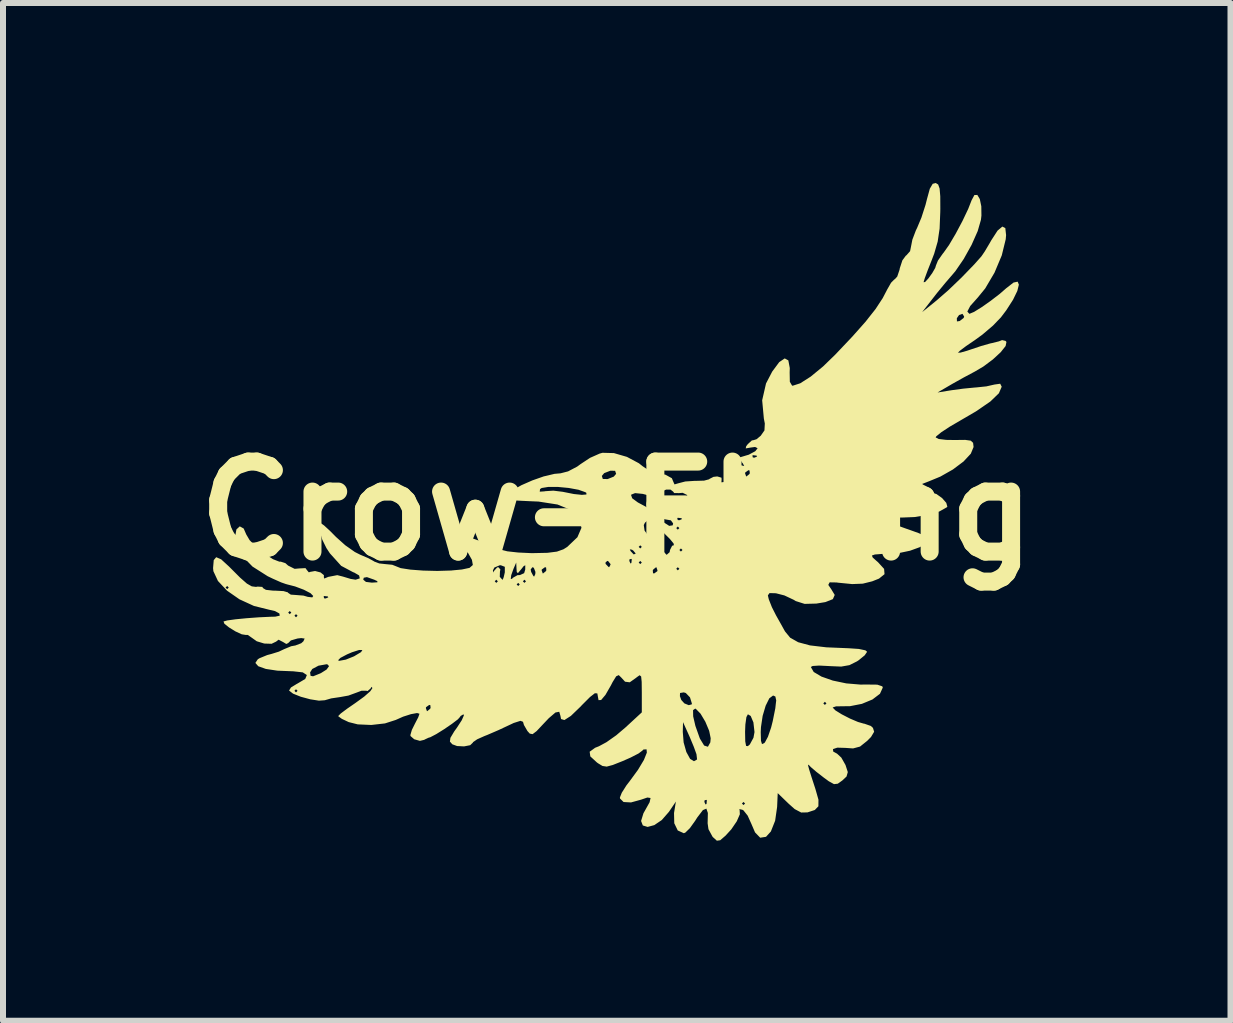
<source format=kicad_pcb>
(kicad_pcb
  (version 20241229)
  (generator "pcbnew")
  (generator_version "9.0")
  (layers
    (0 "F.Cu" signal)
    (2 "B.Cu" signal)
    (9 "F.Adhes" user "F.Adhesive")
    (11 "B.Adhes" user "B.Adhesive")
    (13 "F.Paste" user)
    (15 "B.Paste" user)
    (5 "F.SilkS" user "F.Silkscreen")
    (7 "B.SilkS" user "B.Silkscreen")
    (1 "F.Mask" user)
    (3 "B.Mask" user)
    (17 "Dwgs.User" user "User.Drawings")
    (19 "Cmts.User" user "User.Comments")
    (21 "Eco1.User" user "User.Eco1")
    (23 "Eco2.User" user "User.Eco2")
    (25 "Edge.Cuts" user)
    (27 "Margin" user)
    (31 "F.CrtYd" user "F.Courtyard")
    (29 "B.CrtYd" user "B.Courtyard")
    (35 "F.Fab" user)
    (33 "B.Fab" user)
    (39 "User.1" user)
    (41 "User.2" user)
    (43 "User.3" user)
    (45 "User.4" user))
  (footprint "Crow-Flying"
    (layer "F.Cu")
    (at 7.229 5.464)
    (property "Reference" "Crow-Flying" (at 0 0 0) (layer "F.SilkS") (effects (font (size 1.5 1.5) (thickness 0.3))))
    (attr board_only exclude_from_pos_files exclude_from_bom)
    (fp_poly (pts (xy 0.678 0.391) (xy 0.652 0.417) (xy 0.626 0.391) (xy 0.652 0.365)) (stroke (width 0) (type solid)) (fill yes) (layer "F.SilkS"))
    (fp_poly (pts (xy 5.356 -5.439) (xy 5.38 -5.372) (xy 5.391 -5.243) (xy 5.392 -5.033) (xy 5.391 -4.979) (xy 5.38 -4.704) (xy 5.348 -4.488) (xy 5.29 -4.287) (xy 5.248 -4.177) (xy 5.18 -4.005) (xy 5.132 -3.875) (xy 5.113 -3.812) (xy 5.113 -3.811) (xy 5.138 -3.814) (xy 5.194 -3.875) (xy 5.258 -3.964) (xy 5.307 -4.049) (xy 5.32 -4.092) (xy 5.352 -4.171) (xy 5.43 -4.283) (xy 5.448 -4.305) (xy 5.537 -4.431) (xy 5.648 -4.619) (xy 5.761 -4.831) (xy 5.857 -5.033) (xy 5.913 -5.176) (xy 5.96 -5.264) (xy 6.009 -5.265) (xy 6.05 -5.196) (xy 6.075 -5.076) (xy 6.077 -4.921) (xy 6.069 -4.851) (xy 6.015 -4.663) (xy 5.913 -4.433) (xy 5.782 -4.198) (xy 5.643 -3.995) (xy 5.593 -3.936) (xy 5.476 -3.8) (xy 5.337 -3.631) (xy 5.27 -3.545) (xy 5.089 -3.312) (xy 5.331 -3.508) (xy 5.525 -3.677) (xy 5.746 -3.889) (xy 5.955 -4.105) (xy 6.076 -4.241) (xy 6.132 -4.323) (xy 6.211 -4.456) (xy 6.243 -4.512) (xy 6.346 -4.671) (xy 6.426 -4.738) (xy 6.475 -4.713) (xy 6.488 -4.595) (xy 6.482 -4.527) (xy 6.416 -4.258) (xy 6.295 -3.97) (xy 6.14 -3.707) (xy 6.015 -3.554) (xy 5.89 -3.414) (xy 5.842 -3.322) (xy 5.874 -3.286) (xy 5.882 -3.286) (xy 5.954 -3.316) (xy 6.08 -3.394) (xy 6.232 -3.501) (xy 6.384 -3.618) (xy 6.492 -3.712) (xy 6.612 -3.805) (xy 6.681 -3.82) (xy 6.701 -3.77) (xy 6.675 -3.665) (xy 6.604 -3.519) (xy 6.491 -3.343) (xy 6.401 -3.224) (xy 6.27 -3.088) (xy 6.094 -2.938) (xy 5.966 -2.845) (xy 5.822 -2.747) (xy 5.721 -2.671) (xy 5.685 -2.636) (xy 5.729 -2.638) (xy 5.839 -2.669) (xy 5.907 -2.692) (xy 6.074 -2.748) (xy 6.222 -2.79) (xy 6.255 -2.797) (xy 6.368 -2.825) (xy 6.421 -2.846) (xy 6.479 -2.833) (xy 6.494 -2.815) (xy 6.48 -2.747) (xy 6.398 -2.644) (xy 6.268 -2.524) (xy 6.11 -2.406) (xy 5.966 -2.321) (xy 5.784 -2.224) (xy 5.591 -2.116) (xy 5.555 -2.095) (xy 5.346 -1.973) (xy 5.581 -2.011) (xy 5.774 -2.037) (xy 5.96 -2.055) (xy 5.998 -2.058) (xy 6.16 -2.075) (xy 6.297 -2.106) (xy 6.298 -2.106) (xy 6.39 -2.119) (xy 6.415 -2.069) (xy 6.368 -1.96) (xy 6.226 -1.823) (xy 5.986 -1.658) (xy 5.734 -1.511) (xy 5.549 -1.403) (xy 5.406 -1.309) (xy 5.325 -1.243) (xy 5.314 -1.224) (xy 5.365 -1.198) (xy 5.491 -1.183) (xy 5.633 -1.181) (xy 5.807 -1.183) (xy 5.9 -1.17) (xy 5.938 -1.134) (xy 5.946 -1.066) (xy 5.946 -1.064) (xy 5.9 -0.953) (xy 5.779 -0.823) (xy 5.602 -0.69) (xy 5.392 -0.571) (xy 5.203 -0.493) (xy 5.054 -0.435) (xy 4.951 -0.382) (xy 4.926 -0.361) (xy 4.95 -0.328) (xy 5.048 -0.307) (xy 5.189 -0.302) (xy 5.242 -0.305) (xy 5.327 -0.281) (xy 5.421 -0.214) (xy 5.491 -0.134) (xy 5.509 -0.07) (xy 5.502 -0.061) (xy 5.378 0.009) (xy 5.185 0.066) (xy 4.961 0.103) (xy 4.761 0.111) (xy 4.608 0.113) (xy 4.508 0.129) (xy 4.485 0.145) (xy 4.531 0.181) (xy 4.652 0.235) (xy 4.824 0.297) (xy 4.851 0.306) (xy 5.027 0.369) (xy 5.157 0.426) (xy 5.215 0.467) (xy 5.216 0.471) (xy 5.169 0.536) (xy 5.05 0.605) (xy 4.887 0.664) (xy 4.712 0.701) (xy 4.642 0.707) (xy 4.427 0.717) (xy 4.301 0.727) (xy 4.252 0.744) (xy 4.265 0.777) (xy 4.325 0.831) (xy 4.353 0.855) (xy 4.455 0.967) (xy 4.462 1.055) (xy 4.37 1.129) (xy 4.257 1.174) (xy 4.1 1.213) (xy 3.923 1.22) (xy 3.689 1.197) (xy 3.662 1.193) (xy 3.547 1.191) (xy 3.525 1.234) (xy 3.574 1.305) (xy 3.632 1.401) (xy 3.601 1.471) (xy 3.477 1.52) (xy 3.326 1.545) (xy 3.13 1.55) (xy 2.982 1.503) (xy 2.948 1.482) (xy 2.793 1.409) (xy 2.652 1.373) (xy 2.546 1.37) (xy 2.518 1.408) (xy 2.533 1.473) (xy 2.585 1.605) (xy 2.654 1.741) (xy 2.736 1.887) (xy 2.803 2.008) (xy 2.889 2.113) (xy 3.023 2.189) (xy 3.22 2.242) (xy 3.493 2.274) (xy 3.854 2.289) (xy 3.873 2.29) (xy 4.034 2.301) (xy 4.143 2.324) (xy 4.172 2.348) (xy 4.132 2.407) (xy 4.033 2.488) (xy 4.003 2.508) (xy 3.877 2.571) (xy 3.74 2.595) (xy 3.549 2.587) (xy 3.534 2.586) (xy 3.373 2.578) (xy 3.264 2.585) (xy 3.234 2.602) (xy 3.282 2.685) (xy 3.412 2.762) (xy 3.6 2.828) (xy 3.824 2.875) (xy 4.061 2.895) (xy 4.163 2.894) (xy 4.341 2.896) (xy 4.425 2.924) (xy 4.433 2.945) (xy 4.386 3.048) (xy 4.261 3.143) (xy 4.085 3.216) (xy 3.886 3.255) (xy 3.768 3.256) (xy 3.653 3.258) (xy 3.599 3.276) (xy 3.599 3.279) (xy 3.642 3.324) (xy 3.748 3.39) (xy 3.886 3.461) (xy 4.02 3.518) (xy 4.117 3.546) (xy 4.127 3.547) (xy 4.233 3.584) (xy 4.269 3.616) (xy 4.289 3.681) (xy 4.237 3.768) (xy 4.174 3.832) (xy 4.054 3.928) (xy 3.938 3.959) (xy 3.81 3.95) (xy 3.675 3.946) (xy 3.603 3.97) (xy 3.607 4.011) (xy 3.672 4.047) (xy 3.742 4.112) (xy 3.809 4.23) (xy 3.812 4.236) (xy 3.85 4.353) (xy 3.829 4.427) (xy 3.76 4.492) (xy 3.683 4.547) (xy 3.62 4.554) (xy 3.533 4.506) (xy 3.451 4.446) (xy 3.325 4.348) (xy 3.234 4.27) (xy 3.216 4.251) (xy 3.193 4.228) (xy 3.188 4.242) (xy 3.205 4.307) (xy 3.247 4.441) (xy 3.31 4.634) (xy 3.361 4.813) (xy 3.36 4.923) (xy 3.3 4.985) (xy 3.178 5.025) (xy 3.073 5.027) (xy 2.965 4.97) (xy 2.864 4.88) (xy 2.682 4.704) (xy 2.672 4.935) (xy 2.639 5.164) (xy 2.568 5.343) (xy 2.487 5.432) (xy 2.39 5.447) (xy 2.304 5.358) (xy 2.243 5.216) (xy 2.181 5.079) (xy 2.111 4.991) (xy 2.093 4.981) (xy 2.041 4.97) (xy 2.047 4.985) (xy 2.051 5.056) (xy 2 5.173) (xy 1.909 5.307) (xy 1.813 5.412) (xy 1.724 5.489) (xy 1.668 5.497) (xy 1.605 5.44) (xy 1.595 5.429) (xy 1.528 5.305) (xy 1.514 5.207) (xy 1.518 5.035) (xy 1.493 4.962) (xy 1.435 4.987) (xy 1.341 5.11) (xy 1.306 5.165) (xy 1.218 5.288) (xy 1.142 5.362) (xy 1.117 5.372) (xy 1.016 5.326) (xy 0.958 5.206) (xy 0.954 5.037) (xy 0.955 5.029) (xy 0.984 4.851) (xy 1.46 4.851) (xy 1.479 4.893) (xy 1.495 4.885) (xy 1.496 4.877) (xy 2.086 4.877) (xy 2.112 4.903) (xy 2.138 4.877) (xy 2.112 4.851) (xy 2.086 4.877) (xy 1.496 4.877) (xy 1.501 4.823) (xy 1.495 4.816) (xy 1.464 4.823) (xy 1.46 4.851) (xy 0.984 4.851) (xy 0.986 4.843) (xy 0.869 5.016) (xy 0.749 5.153) (xy 0.625 5.237) (xy 0.514 5.267) (xy 0.434 5.243) (xy 0.405 5.168) (xy 0.444 5.04) (xy 0.466 5.001) (xy 0.547 4.856) (xy 0.563 4.785) (xy 0.51 4.777) (xy 0.404 4.813) (xy 0.237 4.859) (xy 0.113 4.852) (xy 0.054 4.794) (xy 0.052 4.776) (xy 0.083 4.698) (xy 0.16 4.576) (xy 0.214 4.506) (xy 0.353 4.316) (xy 0.452 4.151) (xy 0.501 4.029) (xy 0.496 3.974) (xy 0.444 3.977) (xy 0.427 3.995) (xy 0.363 4.043) (xy 0.231 4.111) (xy 0.097 4.17) (xy -0.067 4.235) (xy -0.168 4.262) (xy -0.239 4.251) (xy -0.313 4.206) (xy -0.331 4.193) (xy -0.441 4.092) (xy -0.452 4.014) (xy -0.361 3.948) (xy -0.298 3.923) (xy -0.172 3.855) (xy -0.009 3.74) (xy 0.059 3.682) (xy 1.1 3.682) (xy 1.114 3.858) (xy 1.159 4.018) (xy 1.222 4.133) (xy 1.286 4.172) (xy 1.338 4.143) (xy 1.328 4.055) (xy 1.284 3.933) (xy 1.218 3.774) (xy 1.198 3.729) (xy 1.104 3.521) (xy 1.1 3.682) (xy 0.059 3.682) (xy 0.145 3.609) (xy 0.417 3.358) (xy 0.417 3.321) (xy 1.271 3.321) (xy 1.273 3.424) (xy 1.31 3.583) (xy 1.38 3.781) (xy 1.387 3.798) (xy 1.456 3.911) (xy 1.519 3.931) (xy 1.559 3.858) (xy 1.565 3.79) (xy 1.543 3.681) (xy 2.138 3.681) (xy 2.141 3.842) (xy 2.155 3.917) (xy 2.184 3.921) (xy 2.217 3.893) (xy 2.278 3.781) (xy 2.295 3.687) (xy 2.399 3.687) (xy 2.403 3.831) (xy 2.42 3.887) (xy 2.456 3.871) (xy 2.469 3.858) (xy 2.519 3.765) (xy 2.572 3.611) (xy 2.599 3.504) (xy 2.642 3.29) (xy 2.651 3.208) (xy 3.442 3.208) (xy 3.468 3.234) (xy 3.494 3.208) (xy 3.468 3.182) (xy 3.442 3.208) (xy 2.651 3.208) (xy 2.657 3.159) (xy 2.643 3.094) (xy 2.605 3.077) (xy 2.542 3.124) (xy 2.481 3.247) (xy 2.431 3.416) (xy 2.403 3.603) (xy 2.399 3.687) (xy 2.295 3.687) (xy 2.295 3.685) (xy 2.277 3.525) (xy 2.232 3.418) (xy 2.185 3.39) (xy 2.16 3.437) (xy 2.143 3.559) (xy 2.138 3.681) (xy 1.543 3.681) (xy 1.539 3.664) (xy 1.476 3.514) (xy 1.396 3.38) (xy 1.319 3.301) (xy 1.307 3.295) (xy 1.271 3.321) (xy 0.417 3.321) (xy 0.417 3.088) (xy 1.052 3.088) (xy 1.075 3.151) (xy 1.126 3.208) (xy 1.199 3.238) (xy 1.249 3.225) (xy 1.252 3.212) (xy 1.22 3.108) (xy 1.15 3.035) (xy 1.116 3.025) (xy 1.054 3.035) (xy 1.052 3.088) (xy 0.417 3.088) (xy 0.417 3.027) (xy 0.415 2.85) (xy 0.406 2.76) (xy 0.381 2.739) (xy 0.335 2.771) (xy 0.322 2.782) (xy 0.216 2.857) (xy 0.138 2.847) (xy 0.077 2.78) (xy 0.033 2.737) (xy -0.01 2.757) (xy -0.07 2.854) (xy -0.097 2.907) (xy -0.189 3.067) (xy -0.261 3.152) (xy -0.304 3.154) (xy -0.313 3.106) (xy -0.324 3.042) (xy -0.365 3.039) (xy -0.447 3.103) (xy -0.583 3.239) (xy -0.602 3.26) (xy -0.765 3.417) (xy -0.873 3.486) (xy -0.929 3.469) (xy -0.939 3.416) (xy -0.959 3.348) (xy -1.022 3.36) (xy -1.134 3.456) (xy -1.224 3.551) (xy -1.336 3.67) (xy -1.403 3.721) (xy -1.45 3.712) (xy -1.489 3.669) (xy -1.547 3.569) (xy -1.563 3.515) (xy -1.605 3.499) (xy -1.718 3.535) (xy -1.786 3.567) (xy -1.972 3.654) (xy -2.16 3.735) (xy -2.204 3.752) (xy -2.327 3.807) (xy -2.395 3.854) (xy -2.399 3.863) (xy -2.443 3.905) (xy -2.545 3.925) (xy -2.662 3.919) (xy -2.741 3.89) (xy -2.781 3.845) (xy -2.773 3.783) (xy -2.71 3.677) (xy -2.662 3.61) (xy -2.583 3.488) (xy -2.548 3.408) (xy -2.555 3.39) (xy -2.606 3.42) (xy -2.608 3.429) (xy -2.648 3.474) (xy -2.748 3.55) (xy -2.878 3.639) (xy -3.008 3.72) (xy -3.107 3.772) (xy -3.138 3.781) (xy -3.204 3.812) (xy -3.206 3.815) (xy -3.281 3.833) (xy -3.376 3.806) (xy -3.437 3.753) (xy -3.44 3.736) (xy -3.415 3.65) (xy -3.364 3.547) (xy -3.309 3.441) (xy -3.288 3.381) (xy -3.328 3.369) (xy -3.431 3.388) (xy -3.562 3.43) (xy -3.683 3.484) (xy -3.863 3.542) (xy -4.091 3.568) (xy -4.317 3.558) (xy -4.468 3.52) (xy -4.582 3.466) (xy -4.64 3.424) (xy -4.642 3.419) (xy -4.602 3.378) (xy -4.497 3.299) (xy -4.478 3.286) (xy -3.182 3.286) (xy -3.164 3.337) (xy -3.159 3.338) (xy -3.114 3.301) (xy -3.103 3.286) (xy -3.107 3.238) (xy -3.126 3.234) (xy -3.179 3.272) (xy -3.182 3.286) (xy -4.478 3.286) (xy -4.355 3.201) (xy -4.209 3.095) (xy -4.108 3.006) (xy -4.072 2.952) (xy -4.089 2.933) (xy -4.103 2.96) (xy -4.154 3.003) (xy -4.176 2.997) (xy -4.253 2.997) (xy -4.335 3.028) (xy -4.472 3.078) (xy -4.61 3.103) (xy -4.759 3.125) (xy -4.866 3.156) (xy -4.964 3.163) (xy -5.109 3.14) (xy -5.265 3.098) (xy -5.395 3.046) (xy -5.456 2.999) (xy -5.372 2.999) (xy -5.346 3.025) (xy -5.32 2.999) (xy -5.346 2.973) (xy -5.372 2.999) (xy -5.456 2.999) (xy -5.46 2.996) (xy -5.461 2.993) (xy -5.43 2.943) (xy -5.332 2.883) (xy -5.32 2.877) (xy -5.192 2.801) (xy -5.165 2.736) (xy -5.232 2.692) (xy -5.111 2.692) (xy -5.103 2.749) (xy -5.061 2.757) (xy -4.957 2.715) (xy -4.931 2.704) (xy -4.836 2.644) (xy -4.795 2.587) (xy -4.824 2.557) (xy -4.837 2.556) (xy -4.971 2.58) (xy -5.075 2.635) (xy -5.111 2.692) (xy -5.232 2.692) (xy -5.235 2.691) (xy -5.398 2.673) (xy -5.411 2.673) (xy -5.657 2.663) (xy -5.849 2.634) (xy -5.975 2.589) (xy -6.023 2.534) (xy -5.994 2.49) (xy -4.645 2.49) (xy -4.626 2.499) (xy -4.516 2.479) (xy -4.379 2.424) (xy -4.374 2.421) (xy -4.262 2.354) (xy -4.24 2.319) (xy -4.293 2.318) (xy -4.412 2.356) (xy -4.494 2.391) (xy -4.606 2.45) (xy -4.645 2.49) (xy -5.994 2.49) (xy -5.982 2.473) (xy -5.955 2.456) (xy -5.826 2.403) (xy -5.754 2.384) (xy -5.632 2.346) (xy -5.545 2.305) (xy -5.427 2.256) (xy -5.356 2.243) (xy -5.259 2.206) (xy -5.223 2.174) (xy -5.202 2.128) (xy -5.259 2.12) (xy -5.321 2.127) (xy -5.431 2.159) (xy -5.476 2.203) (xy -5.476 2.203) (xy -5.508 2.218) (xy -5.559 2.187) (xy -5.636 2.147) (xy -5.678 2.179) (xy -5.753 2.215) (xy -5.875 2.211) (xy -6 2.173) (xy -6.076 2.119) (xy -6.149 2.068) (xy -6.18 2.068) (xy -6.25 2.057) (xy -6.356 2.008) (xy -6.463 1.942) (xy -6.54 1.88) (xy -6.554 1.843) (xy -6.492 1.826) (xy -6.354 1.807) (xy -6.17 1.789) (xy -5.968 1.774) (xy -5.777 1.765) (xy -5.693 1.763) (xy -5.619 1.747) (xy -5.372 1.747) (xy -5.346 1.773) (xy -5.32 1.747) (xy -5.346 1.721) (xy -5.372 1.747) (xy -5.619 1.747) (xy -5.617 1.747) (xy -5.623 1.71) (xy -5.65 1.695) (xy -5.476 1.695) (xy -5.45 1.721) (xy -5.424 1.695) (xy -5.45 1.669) (xy -5.476 1.695) (xy -5.65 1.695) (xy -5.696 1.67) (xy -5.795 1.647) (xy -6.048 1.584) (xy -6.288 1.474) (xy -6.495 1.33) (xy -6.544 1.278) (xy -6.52 1.278) (xy -6.493 1.304) (xy -6.467 1.278) (xy -6.493 1.252) (xy -6.52 1.278) (xy -6.544 1.278) (xy -6.647 1.168) (xy -6.723 1.005) (xy -6.728 0.954) (xy -6.717 0.821) (xy -6.676 0.772) (xy -6.594 0.807) (xy -6.463 0.927) (xy -6.439 0.951) (xy -6.277 1.113) (xy -6.164 1.212) (xy -6.083 1.258) (xy -6.013 1.267) (xy -5.985 1.262) (xy -5.908 1.267) (xy -5.894 1.288) (xy -5.847 1.316) (xy -5.732 1.329) (xy -5.685 1.33) (xy -5.554 1.337) (xy -5.482 1.358) (xy -5.476 1.367) (xy -5.432 1.396) (xy -5.359 1.401) (xy -5.221 1.412) (xy -5.15 1.433) (xy -5.075 1.442) (xy -5.064 1.426) (xy -4.885 1.426) (xy -4.878 1.457) (xy -4.851 1.46) (xy -4.808 1.441) (xy -4.816 1.426) (xy -4.878 1.419) (xy -4.885 1.426) (xy -5.064 1.426) (xy -5.059 1.418) (xy -5.104 1.372) (xy -5.216 1.314) (xy -5.362 1.259) (xy -5.491 1.226) (xy -1.669 1.226) (xy -1.643 1.252) (xy -1.617 1.226) (xy -1.643 1.2) (xy -1.669 1.226) (xy -5.491 1.226) (xy -5.508 1.221) (xy -5.513 1.22) (xy -5.593 1.192) (xy -5.728 1.132) (xy -5.818 1.089) (xy -6.071 0.928) (xy -6.253 0.741) (xy -6.35 0.542) (xy -6.363 0.442) (xy -6.339 0.309) (xy -6.283 0.258) (xy -6.218 0.294) (xy -6.175 0.393) (xy -6.119 0.488) (xy -6.006 0.603) (xy -5.866 0.717) (xy -5.728 0.806) (xy -5.622 0.847) (xy -5.601 0.846) (xy -5.523 0.871) (xy -5.477 0.912) (xy -5.369 0.966) (xy -5.288 0.959) (xy -5.188 0.954) (xy -5.163 0.988) (xy -5.132 1.025) (xy -5.111 1.017) (xy -5.028 1.002) (xy -4.937 1.026) (xy -4.881 1.071) (xy -4.882 1.104) (xy -4.875 1.128) (xy -4.808 1.1) (xy -4.658 1.071) (xy -4.564 1.095) (xy -4.435 1.134) (xy -4.352 1.147) (xy -4.225 1.147) (xy -4.18 1.184) (xy -4.081 1.196) (xy -3.988 1.19) (xy -3.991 1.174) (xy -2.034 1.174) (xy -2.008 1.2) (xy -1.982 1.174) (xy -1.565 1.174) (xy -1.539 1.2) (xy -1.513 1.174) (xy -1.539 1.147) (xy -1.565 1.174) (xy -1.982 1.174) (xy -2.008 1.147) (xy -2.034 1.174) (xy -3.991 1.174) (xy -3.992 1.171) (xy -4.042 1.147) (xy -4.164 1.104) (xy -4.217 1.114) (xy -4.225 1.147) (xy -4.352 1.147) (xy -4.283 1.125) (xy -4.294 1.076) (xy -4.376 1.028) (xy -4.394 1.022) (xy -4.593 0.916) (xy -4.781 0.708) (xy -4.839 0.62) (xy -4.908 0.48) (xy -4.949 0.345) (xy -4.956 0.244) (xy -4.926 0.209) (xy -4.878 0.243) (xy -4.78 0.333) (xy -4.679 0.435) (xy -4.525 0.573) (xy -4.366 0.685) (xy -4.277 0.73) (xy -4.143 0.787) (xy -4.052 0.837) (xy -4.045 0.843) (xy -3.959 0.876) (xy -3.858 0.887) (xy -3.743 0.898) (xy -3.687 0.92) (xy -3.602 0.954) (xy -3.44 0.979) (xy -3.228 0.995) (xy -2.992 1.001) (xy -2.759 0.994) (xy -2.732 0.991) (xy -2.064 0.991) (xy -2.06 1.028) (xy -2.048 1.004) (xy -1.994 0.943) (xy -1.973 0.939) (xy -1.94 0.976) (xy -1.947 1.012) (xy -1.95 1.099) (xy -1.907 1.147) (xy -1.901 1.147) (xy -1.896 1.135) (xy -1.767 1.135) (xy -1.745 1.132) (xy -1.733 1.116) (xy -1.654 1.071) (xy -1.614 1.07) (xy -1.544 1.038) (xy -1.526 0.979) (xy -1.526 0.977) (xy -1.435 0.977) (xy -1.427 1.017) (xy -1.39 1.086) (xy -1.377 1.095) (xy -1.358 1.053) (xy -1.356 1.017) (xy -1.366 0.991) (xy -1.252 0.991) (xy -1.234 1.042) (xy -1.229 1.043) (xy -1.184 1.007) (xy -1.174 0.991) (xy 0.6 0.991) (xy 0.604 1.039) (xy 0.623 1.043) (xy 0.676 1.005) (xy 0.678 0.991) (xy 0.669 0.965) (xy 0.991 0.965) (xy 1.017 0.991) (xy 1.043 0.965) (xy 1.017 0.939) (xy 0.991 0.965) (xy 0.669 0.965) (xy 0.66 0.94) (xy 0.655 0.939) (xy 0.61 0.975) (xy 0.6 0.991) (xy -1.174 0.991) (xy -1.178 0.943) (xy -1.197 0.939) (xy -1.25 0.977) (xy -1.252 0.991) (xy -1.366 0.991) (xy -1.383 0.948) (xy -1.407 0.939) (xy -1.435 0.977) (xy -1.526 0.977) (xy -1.525 0.906) (xy -1.553 0.922) (xy -1.592 0.972) (xy -1.648 1.038) (xy -1.667 1.019) (xy -1.671 0.965) (xy -1.676 0.866) (xy -0.191 0.866) (xy -0.183 0.887) (xy -0.136 0.936) (xy -0.127 0.939) (xy -0.105 0.898) (xy -0.104 0.887) (xy -0.144 0.837) (xy -0.16 0.834) (xy 0.209 0.834) (xy 0.228 0.877) (xy 0.243 0.869) (xy 0.244 0.861) (xy 0.365 0.861) (xy 0.391 0.887) (xy 0.417 0.861) (xy 0.391 0.834) (xy 0.365 0.861) (xy 0.244 0.861) (xy 0.25 0.807) (xy 0.243 0.8) (xy 0.212 0.807) (xy 0.209 0.834) (xy -0.16 0.834) (xy -0.191 0.866) (xy -1.676 0.866) (xy -1.676 0.861) (xy -1.721 0.965) (xy -1.759 1.071) (xy -1.767 1.135) (xy -1.896 1.135) (xy -1.884 1.103) (xy -1.866 1.025) (xy -1.866 0.932) (xy -1.931 0.907) (xy -1.951 0.907) (xy -2.04 0.944) (xy -2.064 0.991) (xy -2.732 0.991) (xy -2.582 0.977) (xy -2.454 0.95) (xy -2.399 0.902) (xy -2.414 0.816) (xy -2.496 0.671) (xy -2.53 0.619) (xy -2.6 0.498) (xy -2.63 0.417) (xy -2.628 0.403) (xy -2.569 0.407) (xy -2.44 0.445) (xy -2.265 0.508) (xy -2.069 0.587) (xy -1.935 0.646) (xy -1.824 0.674) (xy -1.644 0.694) (xy -1.43 0.704) (xy -1.387 0.704) (xy -1.155 0.699) (xy -0.998 0.679) (xy -0.891 0.641) (xy 0.217 0.641) (xy 0.23 0.67) (xy 0.282 0.726) (xy 0.312 0.714) (xy 0.313 0.707) (xy 0.31 0.704) (xy 0.626 0.704) (xy 0.652 0.73) (xy 0.678 0.704) (xy 0.652 0.678) (xy 0.626 0.704) (xy 0.31 0.704) (xy 0.276 0.663) (xy 0.253 0.647) (xy 0.217 0.641) (xy -0.891 0.641) (xy -0.887 0.639) (xy -0.825 0.6) (xy 0.365 0.6) (xy 0.391 0.626) (xy 0.417 0.6) (xy 0.522 0.6) (xy 0.548 0.626) (xy 0.574 0.6) (xy 0.548 0.574) (xy 0.522 0.6) (xy 0.417 0.6) (xy 0.391 0.574) (xy 0.365 0.6) (xy -0.825 0.6) (xy -0.656 0.439) (xy -0.589 0.283) (xy -0.599 0.236) (xy 0.45 0.236) (xy 0.463 0.328) (xy 0.536 0.43) (xy 0.638 0.505) (xy 0.704 0.522) (xy 0.77 0.542) (xy 0.776 0.561) (xy 0.78 0.677) (xy 0.827 0.73) (xy 0.834 0.73) (xy 0.881 0.688) (xy 0.887 0.652) (xy 1.043 0.652) (xy 1.069 0.678) (xy 1.095 0.652) (xy 1.069 0.626) (xy 1.043 0.652) (xy 0.887 0.652) (xy 0.922 0.582) (xy 0.952 0.572) (xy 0.946 0.542) (xy 0.884 0.467) (xy 0.786 0.37) (xy 0.695 0.287) (xy 0.991 0.287) (xy 1.017 0.313) (xy 1.043 0.287) (xy 1.017 0.261) (xy 0.991 0.287) (xy 0.695 0.287) (xy 0.677 0.271) (xy 0.58 0.193) (xy 0.517 0.158) (xy 0.514 0.158) (xy 0.469 0.198) (xy 0.45 0.236) (xy -0.599 0.236) (xy -0.623 0.128) (xy -0.628 0.118) (xy -0.639 0.107) (xy 0.688 0.107) (xy 0.71 0.135) (xy 0.756 0.174) (xy 0.874 0.25) (xy 0.932 0.241) (xy 0.939 0.209) (xy 0.902 0.158) (xy 0.891 0.156) (xy 0.805 0.141) (xy 0.747 0.123) (xy 0.741 0.122) (xy 1.008 0.122) (xy 1.016 0.153) (xy 1.043 0.156) (xy 1.086 0.137) (xy 1.078 0.122) (xy 1.016 0.115) (xy 1.008 0.122) (xy 0.741 0.122) (xy 0.688 0.107) (xy -0.639 0.107) (xy -0.762 -0.014) (xy -0.988 -0.106) (xy -1.303 -0.155) (xy -1.467 -0.162) (xy -1.65 -0.171) (xy -1.787 -0.187) (xy -1.85 -0.206) (xy -1.851 -0.207) (xy -1.834 -0.265) (xy 0.238 -0.265) (xy 0.257 -0.21) (xy 0.352 -0.14) (xy 0.388 -0.121) (xy 0.506 -0.057) (xy 0.57 -0.005) (xy 0.574 0.004) (xy 0.618 0.029) (xy 0.704 0.034) (xy 0.802 0.016) (xy 0.834 -0.009) (xy 0.794 -0.055) (xy 0.773 -0.064) (xy 0.725 -0.104) (xy 0.758 -0.15) (xy 0.851 -0.19) (xy 0.982 -0.208) (xy 0.997 -0.209) (xy 1.135 -0.22) (xy 1.175 -0.255) (xy 1.171 -0.265) (xy 1.098 -0.301) (xy 1.037 -0.296) (xy 0.957 -0.297) (xy 0.939 -0.321) (xy 0.896 -0.354) (xy 0.821 -0.354) (xy 0.736 -0.316) (xy 0.718 -0.269) (xy 0.695 -0.222) (xy 0.64 -0.228) (xy 0.433 -0.283) (xy 0.305 -0.296) (xy 0.242 -0.271) (xy 0.238 -0.265) (xy -1.834 -0.265) (xy -1.833 -0.267) (xy -1.768 -0.32) (xy -1.284 -0.32) (xy -1.208 -0.325) (xy -1.194 -0.328) (xy -1.057 -0.337) (xy -0.894 -0.317) (xy -0.887 -0.315) (xy -0.716 -0.281) (xy -0.582 -0.267) (xy -0.506 -0.273) (xy -0.507 -0.3) (xy -0.523 -0.311) (xy -0.638 -0.352) (xy -0.693 -0.362) (xy 0.582 -0.362) (xy 0.598 -0.318) (xy 0.623 -0.321) (xy 0.679 -0.365) (xy 0.682 -0.379) (xy 0.648 -0.42) (xy 0.596 -0.391) (xy 0.582 -0.362) (xy -0.693 -0.362) (xy -0.802 -0.382) (xy -0.981 -0.399) (xy -1.142 -0.399) (xy -1.252 -0.381) (xy -1.279 -0.363) (xy -1.284 -0.32) (xy -1.768 -0.32) (xy -1.739 -0.344) (xy -1.589 -0.428) (xy -1.407 -0.508) (xy -1.216 -0.575) (xy -1.184 -0.582) (xy -0.249 -0.582) (xy -0.233 -0.532) (xy -0.153 -0.53) (xy -0.05 -0.571) (xy -0.011 -0.617) (xy -0.028 -0.668) (xy -0.107 -0.669) (xy -0.21 -0.629) (xy -0.249 -0.582) (xy -1.184 -0.582) (xy -1.038 -0.617) (xy -0.937 -0.626) (xy -0.812 -0.658) (xy -0.66 -0.738) (xy -0.601 -0.781) (xy -0.445 -0.884) (xy -0.285 -0.955) (xy -0.238 -0.968) (xy -0.048 -0.963) (xy 0.169 -0.9) (xy 0.368 -0.794) (xy 0.431 -0.744) (xy 0.54 -0.671) (xy 0.612 -0.645) (xy 0.813 -0.602) (xy 0.918 -0.544) (xy 0.939 -0.493) (xy 0.962 -0.441) (xy 1.03 -0.461) (xy 1.142 -0.49) (xy 1.296 -0.5) (xy 1.321 -0.5) (xy 1.455 -0.504) (xy 1.538 -0.526) (xy 1.545 -0.533) (xy 1.612 -0.567) (xy 1.675 -0.574) (xy 1.745 -0.553) (xy 1.747 -0.522) (xy 1.744 -0.476) (xy 1.806 -0.483) (xy 1.869 -0.515) (xy 1.907 -0.558) (xy 1.853 -0.592) (xy 1.816 -0.626) (xy 2.138 -0.626) (xy 2.156 -0.575) (xy 2.161 -0.574) (xy 2.206 -0.61) (xy 2.217 -0.626) (xy 2.212 -0.674) (xy 2.194 -0.678) (xy 2.141 -0.64) (xy 2.138 -0.626) (xy 1.816 -0.626) (xy 1.796 -0.645) (xy 1.801 -0.68) (xy 1.859 -0.704) (xy 1.908 -0.674) (xy 1.967 -0.644) (xy 1.982 -0.703) (xy 1.982 -0.703) (xy 2.01 -0.767) (xy 2.068 -0.761) (xy 2.124 -0.747) (xy 2.1 -0.792) (xy 2.087 -0.807) (xy 2.047 -0.874) (xy 2.054 -0.893) (xy 2.148 -0.921) (xy 2.26 -0.921) (xy 2.267 -0.89) (xy 2.295 -0.887) (xy 2.338 -0.906) (xy 2.33 -0.921) (xy 2.268 -0.928) (xy 2.26 -0.921) (xy 2.148 -0.921) (xy 2.199 -0.936) (xy 2.308 -0.994) (xy 2.347 -1.044) (xy 2.305 -1.065) (xy 2.23 -1.055) (xy 2.149 -1.041) (xy 2.156 -1.076) (xy 2.185 -1.114) (xy 2.251 -1.174) (xy 2.281 -1.179) (xy 2.329 -1.194) (xy 2.399 -1.252) (xy 2.461 -1.341) (xy 2.467 -1.456) (xy 2.451 -1.539) (xy 2.423 -1.843) (xy 2.487 -2.123) (xy 2.59 -2.321) (xy 2.707 -2.479) (xy 2.799 -2.541) (xy 2.859 -2.508) (xy 2.883 -2.381) (xy 2.881 -2.306) (xy 2.884 -2.151) (xy 2.921 -2.088) (xy 2.933 -2.086) (xy 3.057 -2.126) (xy 3.231 -2.237) (xy 3.438 -2.407) (xy 3.641 -2.604) (xy 3.928 -2.907) (xy 4.148 -3.155) (xy 4.191 -3.21) (xy 5.667 -3.21) (xy 5.669 -3.157) (xy 5.714 -3.164) (xy 5.781 -3.215) (xy 5.789 -3.239) (xy 5.761 -3.284) (xy 5.704 -3.264) (xy 5.667 -3.21) (xy 4.191 -3.21) (xy 4.312 -3.363) (xy 4.432 -3.546) (xy 4.507 -3.69) (xy 4.571 -3.802) (xy 4.626 -3.858) (xy 4.633 -3.86) (xy 4.674 -3.905) (xy 4.712 -4.018) (xy 4.717 -4.045) (xy 4.76 -4.176) (xy 4.818 -4.254) (xy 4.827 -4.259) (xy 4.888 -4.328) (xy 4.903 -4.402) (xy 4.926 -4.52) (xy 4.984 -4.673) (xy 5.005 -4.716) (xy 5.077 -4.888) (xy 5.145 -5.099) (xy 5.17 -5.198) (xy 5.217 -5.369) (xy 5.265 -5.451) (xy 5.316 -5.464)) (stroke (width 0) (type solid)) (fill yes) (layer "F.SilkS")))
  (gr_rect
    (start -3 -3)
    (end 17.457 13.961)
    (stroke (width 0.1) (type default))
    (fill no)
    (layer "Edge.Cuts")))
</source>
